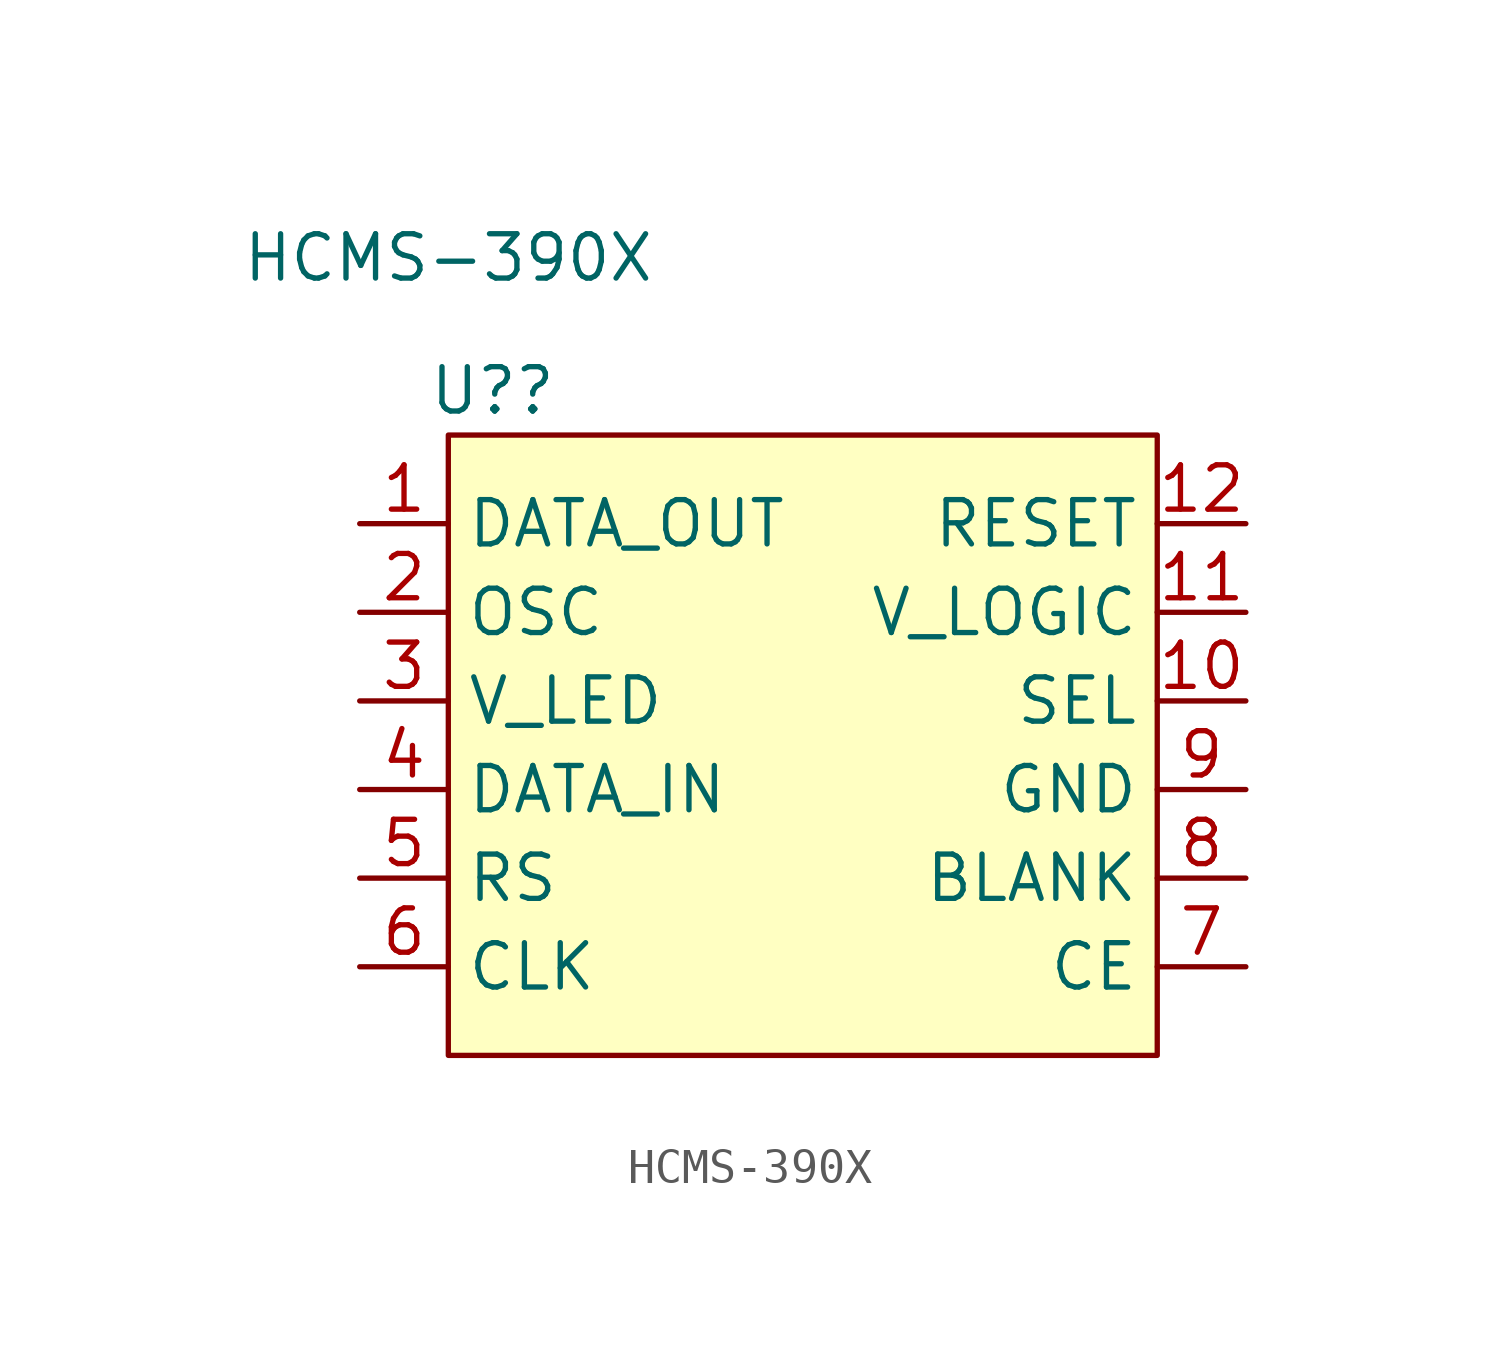
<source format=kicad_sym>
(kicad_symbol_lib
  (version 20220914)
  (generator kicad_symbol_editor)
  (symbol "HCMS-390X"
    (property "Reference" "U?"
      (at 1.27 1.27 0)
      (effects (font (size 1.27 1.27))))
    (property "Value" "HCMS-390X"
      (at 0 5.08 0)
      (effects (font (size 1.27 1.27))))
    (symbol "HCMS-390X_1_0"
      (pin input line (at 22.86 -7.62 180) (length 2.54) (name "SEL" (effects (font (size 1.27 1.27)))) (number "10" (effects (font (size 1.27 1.27)))))
      (pin power_in line (at 22.86 -5.08 180) (length 2.54) (name "V_LOGIC" (effects (font (size 1.27 1.27)))) (number "11" (effects (font (size 1.27 1.27)))))
      (pin input line (at 22.86 -2.54 180) (length 2.54) (name "RESET" (effects (font (size 1.27 1.27)))) (number "12" (effects (font (size 1.27 1.27)))))
      (pin input line (at -2.54 -5.08 0) (length 2.54) (name "OSC" (effects (font (size 1.27 1.27)))) (number "2" (effects (font (size 1.27 1.27)))))
      (pin power_in line (at -2.54 -7.62 0) (length 2.54) (name "V_LED" (effects (font (size 1.27 1.27)))) (number "3" (effects (font (size 1.27 1.27)))))
      (pin input line (at -2.54 -10.16 0) (length 2.54) (name "DATA_IN" (effects (font (size 1.27 1.27)))) (number "4" (effects (font (size 1.27 1.27)))))
      (pin input line (at -2.54 -12.7 0) (length 2.54) (name "RS" (effects (font (size 1.27 1.27)))) (number "5" (effects (font (size 1.27 1.27)))))
      (pin input line (at -2.54 -15.24 0) (length 2.54) (name "CLK" (effects (font (size 1.27 1.27)))) (number "6" (effects (font (size 1.27 1.27)))))
      (pin input line (at 22.86 -15.24 180) (length 2.54) (name "CE" (effects (font (size 1.27 1.27)))) (number "7" (effects (font (size 1.27 1.27)))))
      (pin input line (at 22.86 -12.7 180) (length 2.54) (name "BLANK" (effects (font (size 1.27 1.27)))) (number "8" (effects (font (size 1.27 1.27)))))
      (pin power_in line (at 22.86 -10.16 180) (length 2.54) (name "GND" (effects (font (size 1.27 1.27)))) (number "9" (effects (font (size 1.27 1.27))))))
    (symbol "HCMS-390X_1_1"
      (rectangle (start 0 0) (end 20.32 -17.78) (stroke (width 0) (type default)) (fill (type background)))
      (pin output line (at -2.54 -2.54 0) (length 2.54) (name "DATA_OUT" (effects (font (size 1.27 1.27)))) (number "1" (effects (font (size 1.27 1.27))))))))
</source>
